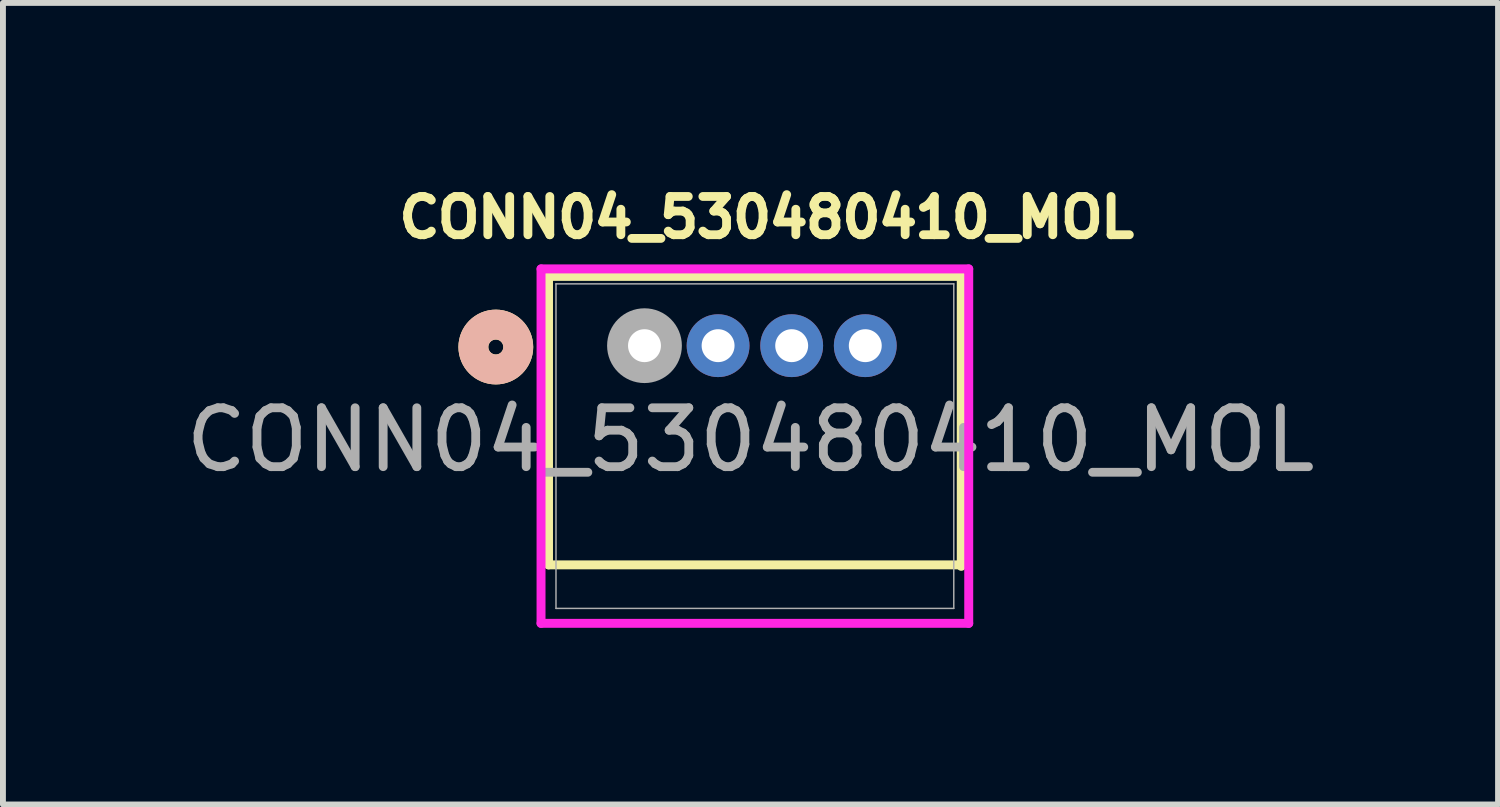
<source format=kicad_pcb>
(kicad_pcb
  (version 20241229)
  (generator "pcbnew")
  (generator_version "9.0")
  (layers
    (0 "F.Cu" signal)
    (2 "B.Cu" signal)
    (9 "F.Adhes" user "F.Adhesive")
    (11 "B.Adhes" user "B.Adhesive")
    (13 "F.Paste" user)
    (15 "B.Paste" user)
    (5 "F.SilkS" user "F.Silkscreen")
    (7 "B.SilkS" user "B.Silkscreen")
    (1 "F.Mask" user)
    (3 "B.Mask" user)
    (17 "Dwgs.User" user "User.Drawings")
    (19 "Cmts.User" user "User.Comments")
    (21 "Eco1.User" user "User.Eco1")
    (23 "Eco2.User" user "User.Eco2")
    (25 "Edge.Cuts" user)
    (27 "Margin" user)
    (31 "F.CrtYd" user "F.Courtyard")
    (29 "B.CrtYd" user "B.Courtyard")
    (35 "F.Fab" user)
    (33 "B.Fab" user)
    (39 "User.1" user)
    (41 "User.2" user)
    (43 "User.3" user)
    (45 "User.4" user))
  (footprint "CONN04_530480410_MOL"
    (layer "F.Cu")
    (at 9.771 2.844)
    (property "Reference" "CONN04_530480410_MOL" (at 0.2 -2.2 0) (unlocked yes) (layer "F.SilkS") (effects (font (size 0.65 0.65) (thickness 0.15))))
    (attr through_hole)
    (fp_line (start -3.505 -1.2) (end -3.505 3.7) (stroke (width 0.152) (type solid)) (layer "F.SilkS"))
    (fp_line (start -3.503 3.7) (end 3.503 3.7) (stroke (width 0.152) (type solid)) (layer "F.SilkS"))
    (fp_line (start 3.505 -1.2) (end -3.505 -1.2) (stroke (width 0.152) (type solid)) (layer "F.SilkS"))
    (fp_line (start 3.505 3.725) (end 3.505 -1.2) (stroke (width 0.152) (type solid)) (layer "F.SilkS"))
    (fp_circle (center -4.4 0) (end -4.019 0) (stroke (width 0.508) (type solid)) (fill no) (layer "F.SilkS"))
    (fp_circle (center -4.4 0) (end -4.019 0) (stroke (width 0.508) (type solid)) (fill no) (layer "B.SilkS"))
    (fp_line (start -3.632 -1.327) (end -3.632 4.693) (stroke (width 0.152) (type solid)) (layer "F.CrtYd"))
    (fp_line (start -3.632 4.693) (end 3.632 4.693) (stroke (width 0.152) (type solid)) (layer "F.CrtYd"))
    (fp_line (start 3.632 -1.327) (end -3.632 -1.327) (stroke (width 0.152) (type solid)) (layer "F.CrtYd"))
    (fp_line (start 3.632 4.693) (end 3.632 -1.327) (stroke (width 0.152) (type solid)) (layer "F.CrtYd"))
    (fp_line (start -3.378 -1.073) (end -3.378 4.439) (stroke (width 0.025) (type solid)) (layer "F.Fab"))
    (fp_line (start -3.378 4.439) (end 3.378 4.439) (stroke (width 0.025) (type solid)) (layer "F.Fab"))
    (fp_line (start 3.378 -1.073) (end -3.378 -1.073) (stroke (width 0.025) (type solid)) (layer "F.Fab"))
    (fp_line (start 3.378 4.439) (end 3.378 -1.073) (stroke (width 0.025) (type solid)) (layer "F.Fab"))
    (fp_circle (center -1.875 -0.023) (end -1.494 -0.023) (stroke (width 0.508) (type solid)) (fill no) (layer "F.Fab"))
    (fp_text user "${REFERENCE}" (at -0.075 1.577 0) (unlocked yes) (layer "F.Fab") (effects (font (size 1 1) (thickness 0.15))))
    (pad "1" thru_hole circle (at -1.875 -0.023) (size 1.067 1.067) (drill 0.559) (layers "*.Cu" "*.Mask"))
    (pad "2" thru_hole circle (at -0.625 -0.023) (size 1.067 1.067) (drill 0.559) (layers "*.Cu" "*.Mask"))
    (pad "3" thru_hole circle (at 0.625 -0.023) (size 1.067 1.067) (drill 0.559) (layers "*.Cu" "*.Mask"))
    (pad "4" thru_hole circle (at 1.875 -0.023) (size 1.067 1.067) (drill 0.559) (layers "*.Cu" "*.Mask")))
  (gr_rect
    (start -3 -3)
    (end 22.393 10.613)
    (stroke (width 0.1) (type default))
    (fill no)
    (layer "Edge.Cuts")))
</source>
